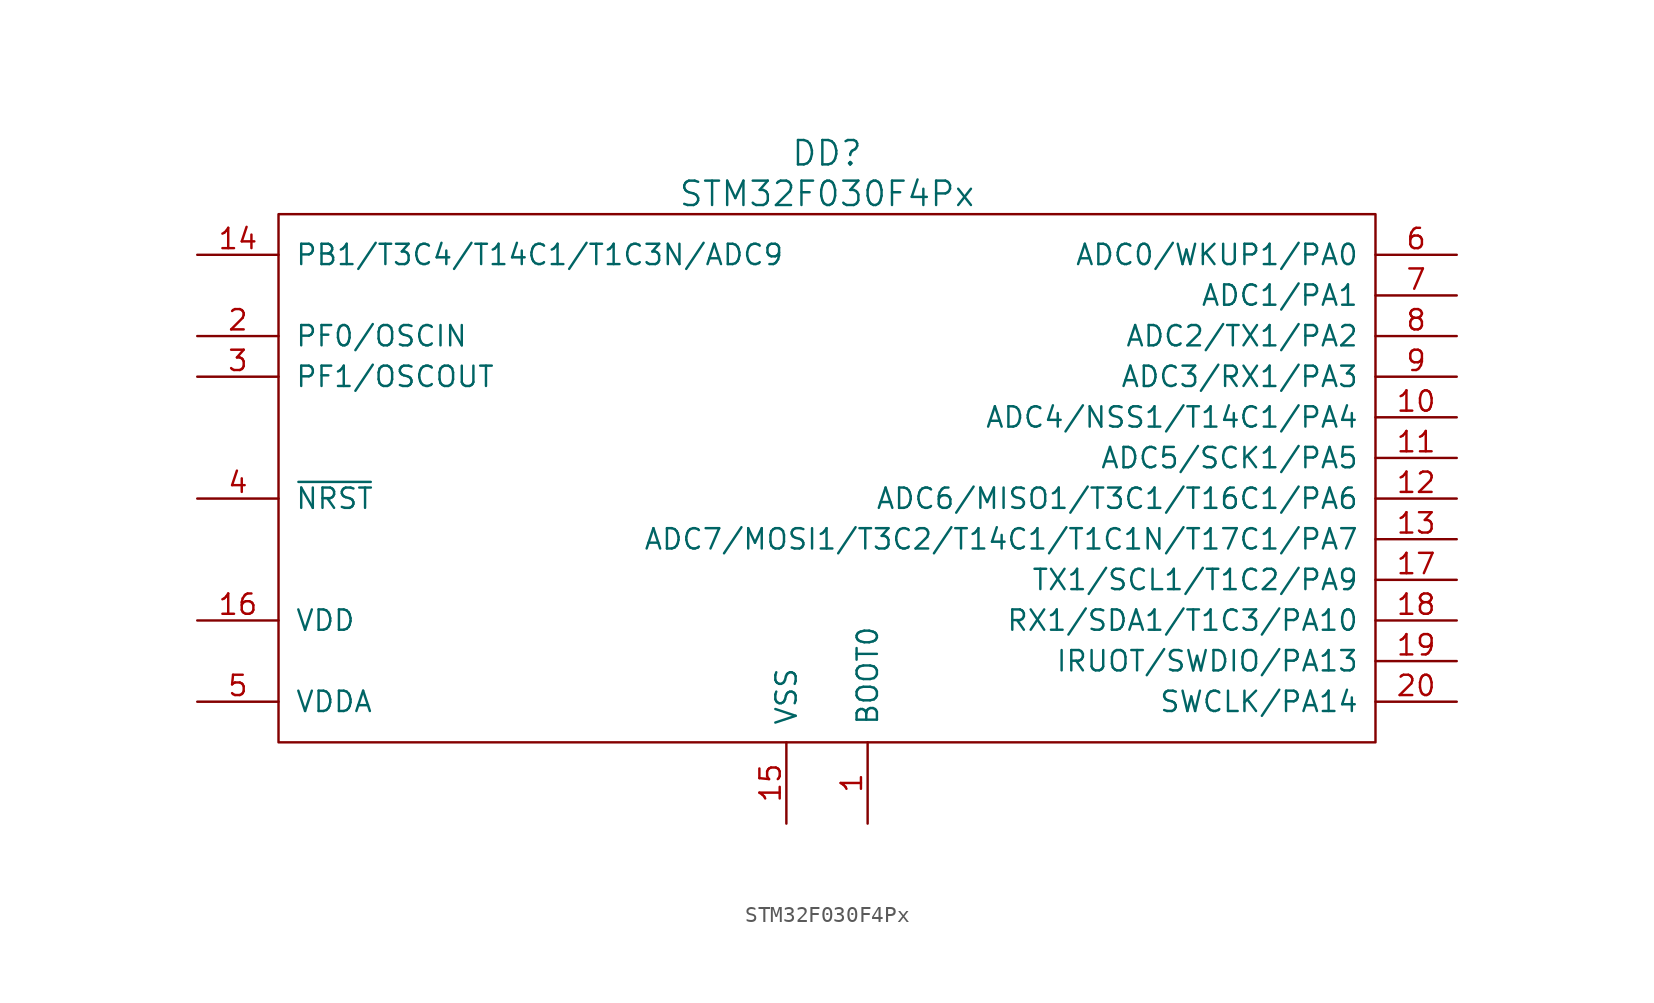
<source format=kicad_sym>
(kicad_symbol_lib
  (version 20220914)
  (generator kicad_symbol_editor)
  (symbol "STM32F030F4Px"
    (pin_names
      (offset 1.016))
    (property "Reference" "DD"
      (at 0 20.32 0)
      (effects (font (size 1.524 1.524))))
    (property "Value" "STM32F030F4Px"
      (at 0 17.78 0)
      (effects (font (size 1.524 1.524))))
    (property "Datasheet" ""
      (at 1.27 -21.59 0)
      (effects (font (size 1.524 1.524))))
    (symbol "STM32F030F4Px_0_1"
      (rectangle (start -34.29 16.51) (end 34.29 -16.51) (stroke (width 0) (type solid)) (fill (type none))))
    (symbol "STM32F030F4Px_1_1"
      (pin passive line (at 2.54 -21.59 90) (length 5.08) (name "BOOT0" (effects (font (size 1.27 1.27)))) (number "1" (effects (font (size 1.27 1.27)))))
      (pin passive line (at 39.37 3.81 180) (length 5.08) (name "ADC4/NSS1/T14C1/PA4" (effects (font (size 1.27 1.27)))) (number "10" (effects (font (size 1.27 1.27)))))
      (pin passive line (at 39.37 1.27 180) (length 5.08) (name "ADC5/SCK1/PA5" (effects (font (size 1.27 1.27)))) (number "11" (effects (font (size 1.27 1.27)))))
      (pin passive line (at 39.37 -1.27 180) (length 5.08) (name "ADC6/MISO1/T3C1/T16C1/PA6" (effects (font (size 1.27 1.27)))) (number "12" (effects (font (size 1.27 1.27)))))
      (pin passive line (at 39.37 -3.81 180) (length 5.08) (name "ADC7/MOSI1/T3C2/T14C1/T1C1N/T17C1/PA7" (effects (font (size 1.27 1.27)))) (number "13" (effects (font (size 1.27 1.27)))))
      (pin passive line (at -39.37 13.97 0) (length 5.08) (name "PB1/T3C4/T14C1/T1C3N/ADC9" (effects (font (size 1.27 1.27)))) (number "14" (effects (font (size 1.27 1.27)))))
      (pin power_in line (at -2.54 -21.59 90) (length 5.08) (name "VSS" (effects (font (size 1.27 1.27)))) (number "15" (effects (font (size 1.27 1.27)))))
      (pin power_in line (at -39.37 -8.89 0) (length 5.08) (name "VDD" (effects (font (size 1.27 1.27)))) (number "16" (effects (font (size 1.27 1.27)))))
      (pin passive line (at 39.37 -6.35 180) (length 5.08) (name "TX1/SCL1/T1C2/PA9" (effects (font (size 1.27 1.27)))) (number "17" (effects (font (size 1.27 1.27)))))
      (pin passive line (at 39.37 -8.89 180) (length 5.08) (name "RX1/SDA1/T1C3/PA10" (effects (font (size 1.27 1.27)))) (number "18" (effects (font (size 1.27 1.27)))))
      (pin passive line (at 39.37 -11.43 180) (length 5.08) (name "IRUOT/SWDIO/PA13" (effects (font (size 1.27 1.27)))) (number "19" (effects (font (size 1.27 1.27)))))
      (pin passive line (at -39.37 8.89 0) (length 5.08) (name "PF0/OSCIN" (effects (font (size 1.27 1.27)))) (number "2" (effects (font (size 1.27 1.27)))))
      (pin passive line (at 39.37 -13.97 180) (length 5.08) (name "SWCLK/PA14" (effects (font (size 1.27 1.27)))) (number "20" (effects (font (size 1.27 1.27)))))
      (pin passive line (at -39.37 6.35 0) (length 5.08) (name "PF1/OSCOUT" (effects (font (size 1.27 1.27)))) (number "3" (effects (font (size 1.27 1.27)))))
      (pin passive line (at -39.37 -1.27 0) (length 5.08) (name "~{NRST}" (effects (font (size 1.27 1.27)))) (number "4" (effects (font (size 1.27 1.27)))))
      (pin power_in line (at -39.37 -13.97 0) (length 5.08) (name "VDDA" (effects (font (size 1.27 1.27)))) (number "5" (effects (font (size 1.27 1.27)))))
      (pin passive line (at 39.37 13.97 180) (length 5.08) (name "ADC0/WKUP1/PA0" (effects (font (size 1.27 1.27)))) (number "6" (effects (font (size 1.27 1.27)))))
      (pin passive line (at 39.37 11.43 180) (length 5.08) (name "ADC1/PA1" (effects (font (size 1.27 1.27)))) (number "7" (effects (font (size 1.27 1.27)))))
      (pin passive line (at 39.37 8.89 180) (length 5.08) (name "ADC2/TX1/PA2" (effects (font (size 1.27 1.27)))) (number "8" (effects (font (size 1.27 1.27)))))
      (pin passive line (at 39.37 6.35 180) (length 5.08) (name "ADC3/RX1/PA3" (effects (font (size 1.27 1.27)))) (number "9" (effects (font (size 1.27 1.27))))))))
</source>
